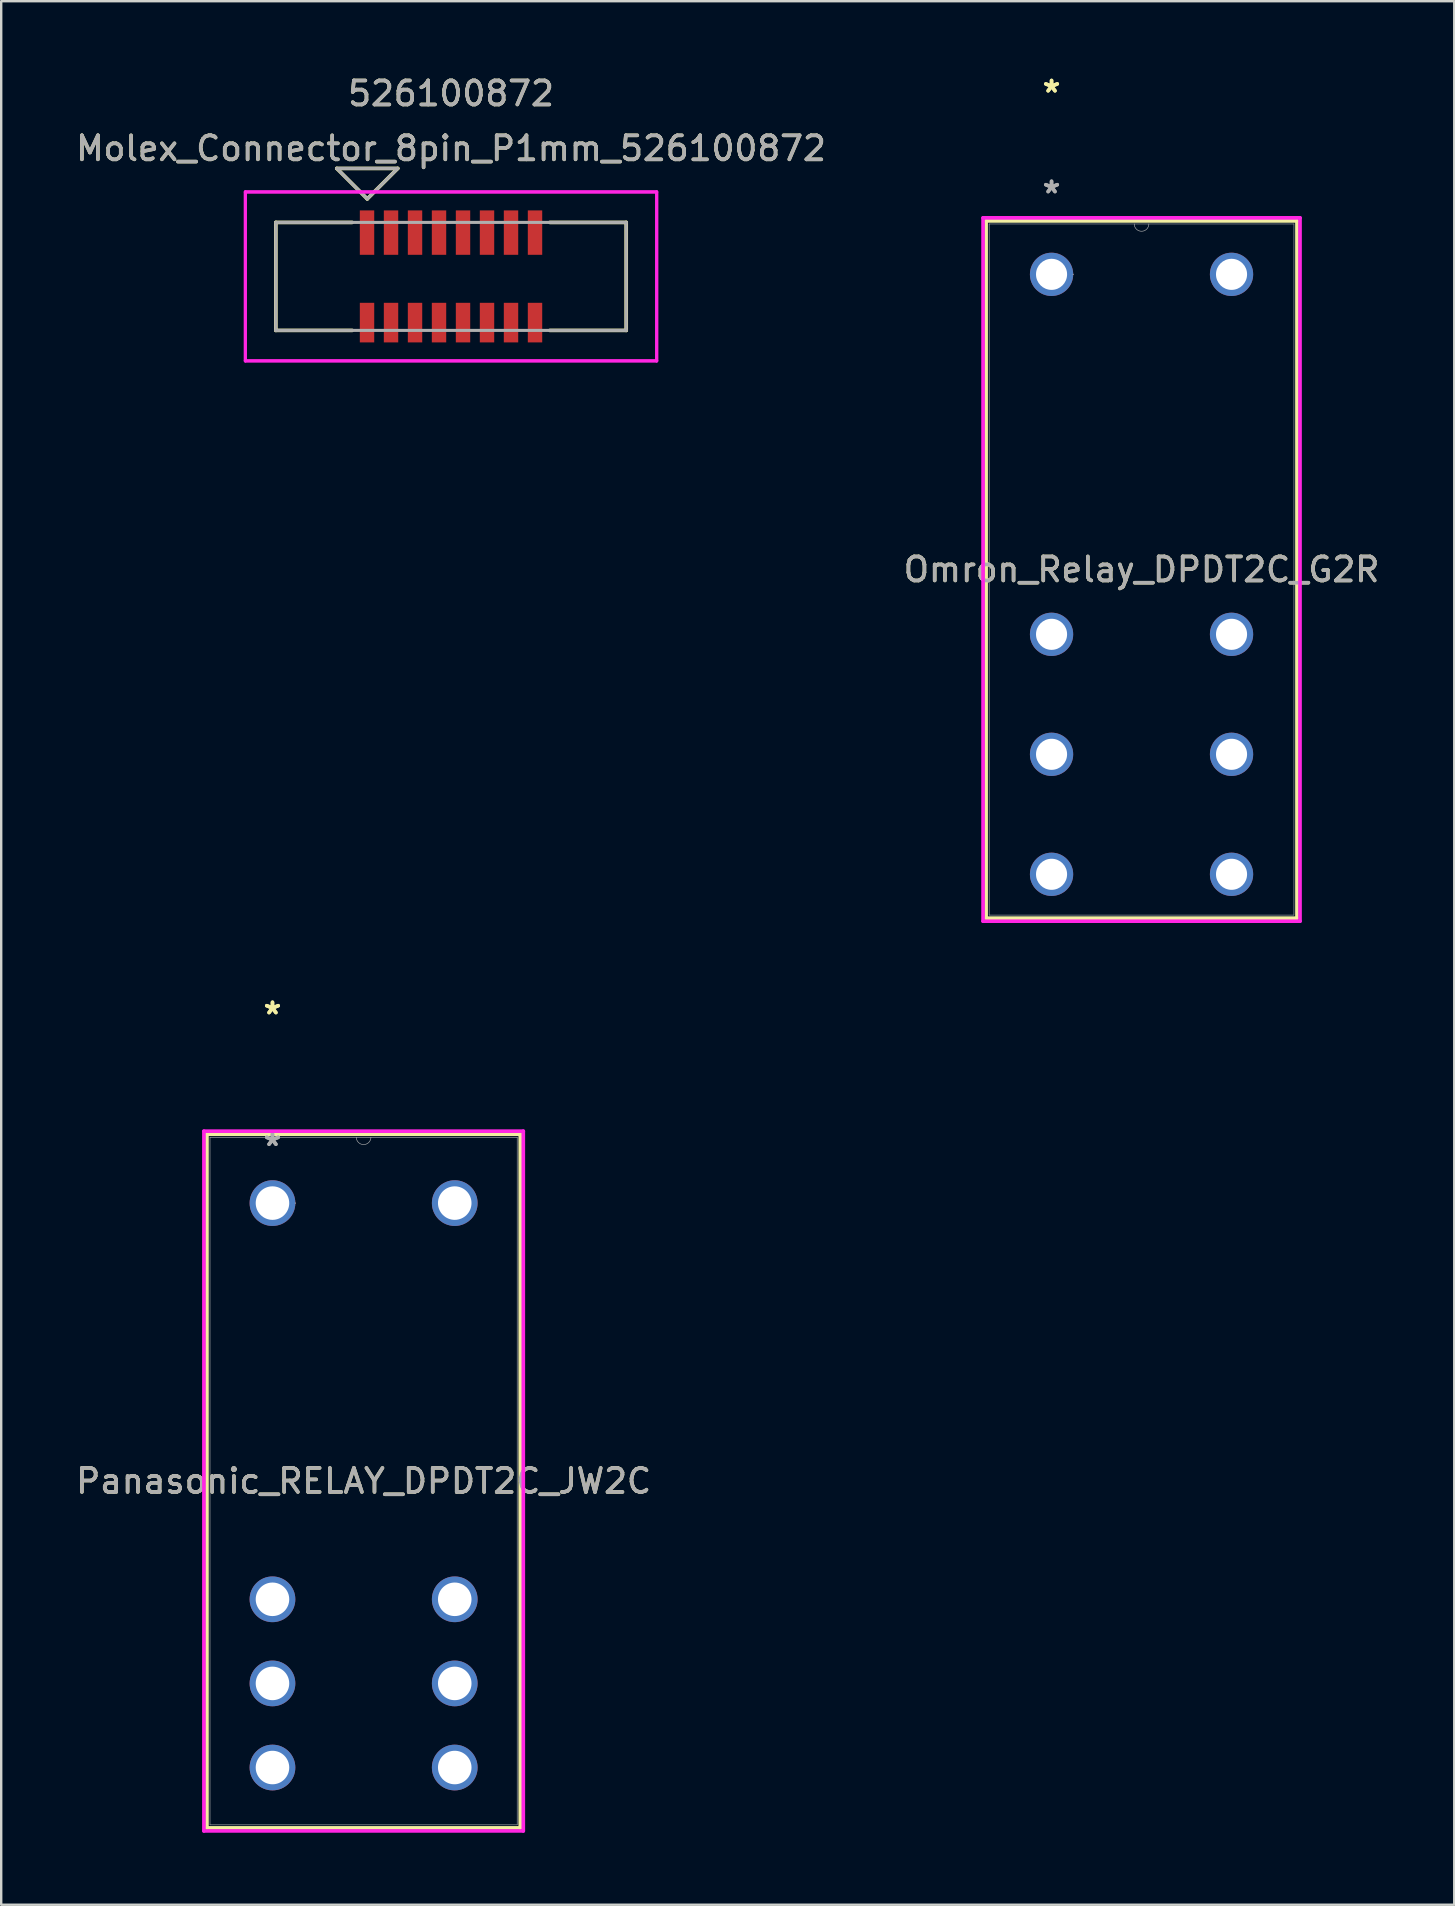
<source format=kicad_pcb>
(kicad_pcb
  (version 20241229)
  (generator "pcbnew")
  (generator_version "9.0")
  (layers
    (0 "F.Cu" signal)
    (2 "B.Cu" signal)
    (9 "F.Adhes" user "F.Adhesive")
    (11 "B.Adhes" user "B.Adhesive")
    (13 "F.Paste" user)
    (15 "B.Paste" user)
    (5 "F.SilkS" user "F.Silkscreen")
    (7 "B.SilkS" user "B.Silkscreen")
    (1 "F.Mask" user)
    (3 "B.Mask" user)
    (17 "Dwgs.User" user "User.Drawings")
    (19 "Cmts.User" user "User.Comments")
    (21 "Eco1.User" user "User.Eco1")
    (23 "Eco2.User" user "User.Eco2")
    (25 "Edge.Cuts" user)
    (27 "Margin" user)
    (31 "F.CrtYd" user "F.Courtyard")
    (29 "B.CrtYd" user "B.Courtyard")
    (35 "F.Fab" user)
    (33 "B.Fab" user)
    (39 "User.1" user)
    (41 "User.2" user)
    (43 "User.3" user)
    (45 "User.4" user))
  (footprint "Omron_Relay_DPDT2C_G2R"
    (layer "F.Cu")
    (at 48.268 32.982)
    (property "Reference" "Omron_Relay_DPDT2C_G2R" (at -3.75 -12.3 0) (unlocked yes) (layer "F.SilkS") (effects (font (size 1 1) (thickness 0.15))))
    (attr through_hole)
    (fp_line (start -10.227 -26.827) (end -10.227 2.227) (stroke (width 0.152) (type solid)) (layer "F.SilkS"))
    (fp_line (start -10.227 2.227) (end 2.727 2.227) (stroke (width 0.152) (type solid)) (layer "F.SilkS"))
    (fp_line (start 2.727 -26.827) (end -10.227 -26.827) (stroke (width 0.152) (type solid)) (layer "F.SilkS"))
    (fp_line (start 2.727 2.227) (end 2.727 -26.827) (stroke (width 0.152) (type solid)) (layer "F.SilkS"))
    (fp_line (start -10.354 -26.954) (end 2.854 -26.954) (stroke (width 0.152) (type solid)) (layer "F.CrtYd"))
    (fp_line (start -10.354 2.354) (end -10.354 -26.954) (stroke (width 0.152) (type solid)) (layer "F.CrtYd"))
    (fp_line (start 2.854 -26.954) (end 2.854 2.354) (stroke (width 0.152) (type solid)) (layer "F.CrtYd"))
    (fp_line (start 2.854 2.354) (end -10.354 2.354) (stroke (width 0.152) (type solid)) (layer "F.CrtYd"))
    (fp_line (start -10.1 -26.7) (end -10.1 2.1) (stroke (width 0.025) (type solid)) (layer "F.Fab"))
    (fp_line (start -10.1 2.1) (end 2.6 2.1) (stroke (width 0.025) (type solid)) (layer "F.Fab"))
    (fp_line (start 2.6 -26.7) (end -10.1 -26.7) (stroke (width 0.025) (type solid)) (layer "F.Fab"))
    (fp_line (start 2.6 2.1) (end 2.6 -26.7) (stroke (width 0.025) (type solid)) (layer "F.Fab"))
    (fp_arc (start -3.4452 -26.699994) (mid -3.75 -26.395194) (end -4.0548 -26.699994) (stroke (width 0.0254) (type solid)) (layer "F.Fab"))
    (fp_circle (center -6.598 -24.6) (end -6.598 -24.6) (stroke (width 0.025) (type solid)) (fill no) (layer "F.Fab"))
    (fp_text user "*" (at -7.5 -32.133 0) (layer "F.SilkS") (effects (font (size 1 1) (thickness 0.15))))
    (fp_text user "*" (at -7.5 -32.133 0) (unlocked yes) (layer "F.SilkS") (effects (font (size 1 1) (thickness 0.15))))
    (fp_text user "${REFERENCE}" (at -3.75 -12.3 0) (unlocked yes) (layer "F.Fab") (effects (font (size 1 1) (thickness 0.15))))
    (fp_text user "*" (at -7.5 -27.933 0) (unlocked yes) (layer "F.Fab") (effects (font (size 1 1) (thickness 0.15))))
    (fp_text user "*" (at -7.5 -27.933 0) (layer "F.Fab") (effects (font (size 1 1) (thickness 0.15))))
    (pad "1" thru_hole circle (at -7.5 -24.6) (size 1.803 1.803) (drill 1.295) (layers "*.Cu" "*.Mask"))
    (pad "2" thru_hole circle (at -7.5 -9.6) (size 1.803 1.803) (drill 1.295) (layers "*.Cu" "*.Mask"))
    (pad "3" thru_hole circle (at -7.5 -4.6) (size 1.803 1.803) (drill 1.295) (layers "*.Cu" "*.Mask"))
    (pad "4" thru_hole circle (at -7.5 0.4) (size 1.803 1.803) (drill 1.295) (layers "*.Cu" "*.Mask"))
    (pad "5" thru_hole circle (at 0 0.4) (size 1.803 1.803) (drill 1.295) (layers "*.Cu" "*.Mask"))
    (pad "6" thru_hole circle (at 0 -4.6) (size 1.803 1.803) (drill 1.295) (layers "*.Cu" "*.Mask"))
    (pad "7" thru_hole circle (at 0 -9.6) (size 1.803 1.803) (drill 1.295) (layers "*.Cu" "*.Mask"))
    (pad "8" thru_hole circle (at 0 -24.6) (size 1.803 1.803) (drill 1.295) (layers "*.Cu" "*.Mask")))
  (footprint "Panasonic_RELAY_DPDT2C_JW2C"
    (layer "F.Cu")
    (at 8.304 47.083)
    (property "Reference" "Panasonic_RELAY_DPDT2C_JW2C" (at 3.797 11.582 0) (unlocked yes) (layer "F.SilkS") (effects (font (size 1 1) (thickness 0.15))))
    (attr through_hole)
    (fp_line (start -2.731 -2.87) (end -2.731 26.035) (stroke (width 0.152) (type solid)) (layer "F.SilkS"))
    (fp_line (start -2.731 26.035) (end 10.325 26.035) (stroke (width 0.152) (type solid)) (layer "F.SilkS"))
    (fp_line (start 10.325 -2.87) (end -2.731 -2.87) (stroke (width 0.152) (type solid)) (layer "F.SilkS"))
    (fp_line (start 10.325 26.035) (end 10.325 -2.87) (stroke (width 0.152) (type solid)) (layer "F.SilkS"))
    (fp_line (start -2.857 -2.997) (end 10.452 -2.997) (stroke (width 0.152) (type solid)) (layer "F.CrtYd"))
    (fp_line (start -2.857 26.162) (end -2.857 -2.997) (stroke (width 0.152) (type solid)) (layer "F.CrtYd"))
    (fp_line (start 10.452 -2.997) (end 10.452 26.162) (stroke (width 0.152) (type solid)) (layer "F.CrtYd"))
    (fp_line (start 10.452 26.162) (end -2.857 26.162) (stroke (width 0.152) (type solid)) (layer "F.CrtYd"))
    (fp_line (start -2.603 -2.743) (end -2.603 25.908) (stroke (width 0.025) (type solid)) (layer "F.Fab"))
    (fp_line (start -2.603 25.908) (end 10.198 25.908) (stroke (width 0.025) (type solid)) (layer "F.Fab"))
    (fp_line (start 10.198 -2.743) (end -2.603 -2.743) (stroke (width 0.025) (type solid)) (layer "F.Fab"))
    (fp_line (start 10.198 25.908) (end 10.198 -2.743) (stroke (width 0.025) (type solid)) (layer "F.Fab"))
    (fp_arc (start 4.1021 -2.7432) (mid 3.7973 -2.4384) (end 3.4925 -2.7432) (stroke (width 0.0254) (type solid)) (layer "F.Fab"))
    (fp_circle (center 0.953 0) (end 0.953 0) (stroke (width 0.025) (type solid)) (fill no) (layer "F.Fab"))
    (fp_text user "*" (at 0 -7.823 0) (layer "F.SilkS") (effects (font (size 1 1) (thickness 0.15))))
    (fp_text user "*" (at 0 -7.823 0) (unlocked yes) (layer "F.SilkS") (effects (font (size 1 1) (thickness 0.15))))
    (fp_text user "*" (at 0 -2.337 0) (layer "F.Fab") (effects (font (size 1 1) (thickness 0.15))))
    (fp_text user "*" (at 0 -2.337 0) (unlocked yes) (layer "F.Fab") (effects (font (size 1 1) (thickness 0.15))))
    (fp_text user "${REFERENCE}" (at 3.797 11.582 0) (unlocked yes) (layer "F.Fab") (effects (font (size 1 1) (thickness 0.15))))
    (pad "1" thru_hole circle (at 0 23.52) (size 1.905 1.905) (drill 1.397) (layers "*.Cu" "*.Mask"))
    (pad "2" thru_hole circle (at 0 20.015) (size 1.905 1.905) (drill 1.397) (layers "*.Cu" "*.Mask"))
    (pad "3" thru_hole circle (at 0 16.51) (size 1.905 1.905) (drill 1.397) (layers "*.Cu" "*.Mask"))
    (pad "4" thru_hole circle (at 0 0) (size 1.905 1.905) (drill 1.397) (layers "*.Cu" "*.Mask"))
    (pad "5" thru_hole circle (at 7.595 0) (size 1.905 1.905) (drill 1.397) (layers "*.Cu" "*.Mask"))
    (pad "6" thru_hole circle (at 7.595 16.51) (size 1.905 1.905) (drill 1.397) (layers "*.Cu" "*.Mask"))
    (pad "7" thru_hole circle (at 7.595 20.015) (size 1.905 1.905) (drill 1.397) (layers "*.Cu" "*.Mask"))
    (pad "8" thru_hole circle (at 7.595 23.52) (size 1.905 1.905) (drill 1.397) (layers "*.Cu" "*.Mask")))
  (footprint "Molex_Connector_8pin_P1mm_526100872"
    (layer "F.Cu")
    (at 15.744 8.468)
    (property "Reference" "Molex_Connector_8pin_P1mm_526100872" (at 0 -5.334 0) (unlocked yes) (layer "F.SilkS") (effects (font (size 1 1) (thickness 0.15))))
    (attr smd)
    (fp_line (start -7.3 -2.25) (end -4.12 -2.25) (stroke (width 0.152) (type solid)) (layer "F.SilkS"))
    (fp_line (start -7.3 2.25) (end -7.3 -2.25) (stroke (width 0.152) (type solid)) (layer "F.SilkS"))
    (fp_line (start -7.3 2.25) (end -4.12 2.25) (stroke (width 0.152) (type solid)) (layer "F.SilkS"))
    (fp_line (start -3.49 -3.23) (end -4.76 -4.5) (stroke (width 0.152) (type solid)) (layer "F.SilkS"))
    (fp_line (start -3.49 -3.23) (end -2.22 -4.5) (stroke (width 0.152) (type solid)) (layer "F.SilkS"))
    (fp_line (start -2.22 -4.5) (end -4.76 -4.5) (stroke (width 0.152) (type solid)) (layer "F.SilkS"))
    (fp_line (start 4.12 -2.25) (end 7.3 -2.25) (stroke (width 0.152) (type solid)) (layer "F.SilkS"))
    (fp_line (start 4.12 2.25) (end 7.3 2.25) (stroke (width 0.152) (type solid)) (layer "F.SilkS"))
    (fp_line (start 7.3 -2.25) (end 7.3 2.25) (stroke (width 0.152) (type solid)) (layer "F.SilkS"))
    (fp_line (start -8.57 -3.52) (end -8.57 3.52) (stroke (width 0.127) (type solid)) (layer "F.CrtYd"))
    (fp_line (start -8.57 -3.52) (end -8.57 3.52) (stroke (width 0.127) (type solid)) (layer "F.CrtYd"))
    (fp_line (start -8.57 3.52) (end 8.57 3.52) (stroke (width 0.127) (type solid)) (layer "F.CrtYd"))
    (fp_line (start -8.57 3.52) (end 8.57 3.52) (stroke (width 0.127) (type solid)) (layer "F.CrtYd"))
    (fp_line (start 8.57 -3.52) (end -8.57 -3.52) (stroke (width 0.127) (type solid)) (layer "F.CrtYd"))
    (fp_line (start 8.57 -3.52) (end -8.57 -3.52) (stroke (width 0.127) (type solid)) (layer "F.CrtYd"))
    (fp_line (start 8.57 3.52) (end 8.57 -3.52) (stroke (width 0.127) (type solid)) (layer "F.CrtYd"))
    (fp_line (start 8.57 3.52) (end 8.57 -3.52) (stroke (width 0.127) (type solid)) (layer "F.CrtYd"))
    (fp_line (start -7.3 -2.25) (end -7.3 2.25) (stroke (width 0.127) (type solid)) (layer "F.Fab"))
    (fp_line (start -7.3 2.25) (end 7.3 2.25) (stroke (width 0.127) (type solid)) (layer "F.Fab"))
    (fp_line (start -3.49 -3.23) (end -4.76 -4.5) (stroke (width 0.127) (type solid)) (layer "F.Fab"))
    (fp_line (start -3.49 -3.23) (end -2.22 -4.5) (stroke (width 0.127) (type solid)) (layer "F.Fab"))
    (fp_line (start -2.22 -4.5) (end -4.76 -4.5) (stroke (width 0.127) (type solid)) (layer "F.Fab"))
    (fp_line (start 7.3 -2.25) (end -7.3 -2.25) (stroke (width 0.127) (type solid)) (layer "F.Fab"))
    (fp_line (start 7.3 2.25) (end 7.3 -2.25) (stroke (width 0.127) (type solid)) (layer "F.Fab"))
    (fp_text user "526100872" (at 0 -7.62 0) (unlocked yes) (layer "F.SilkS") (effects (font (size 1 1) (thickness 0.15))))
    (fp_text user "526100872" (at 0 -7.62 0) (unlocked yes) (layer "F.Fab") (effects (font (size 1 1) (thickness 0.15))))
    (fp_text user "${REFERENCE}" (at 0 -5.334 0) (unlocked yes) (layer "F.Fab") (effects (font (size 1 1) (thickness 0.15))))
    (pad "1" smd rect (at -3.5 -1.825) (size 0.6 1.85) (layers "F.Cu" "F.Mask" "F.Paste"))
    (pad "1" smd rect (at -3.5 1.925) (size 0.6 1.65) (layers "F.Cu" "F.Mask" "F.Paste"))
    (pad "2" smd rect (at -2.5 -1.825) (size 0.6 1.85) (layers "F.Cu" "F.Mask" "F.Paste"))
    (pad "2" smd rect (at -2.5 1.925) (size 0.6 1.65) (layers "F.Cu" "F.Mask" "F.Paste"))
    (pad "3" smd rect (at -1.5 -1.825) (size 0.6 1.85) (layers "F.Cu" "F.Mask" "F.Paste"))
    (pad "3" smd rect (at -1.5 1.925) (size 0.6 1.65) (layers "F.Cu" "F.Mask" "F.Paste"))
    (pad "4" smd rect (at -0.5 -1.825) (size 0.6 1.85) (layers "F.Cu" "F.Mask" "F.Paste"))
    (pad "4" smd rect (at -0.5 1.925) (size 0.6 1.65) (layers "F.Cu" "F.Mask" "F.Paste"))
    (pad "5" smd rect (at 0.5 -1.825) (size 0.6 1.85) (layers "F.Cu" "F.Mask" "F.Paste"))
    (pad "5" smd rect (at 0.5 1.925) (size 0.6 1.65) (layers "F.Cu" "F.Mask" "F.Paste"))
    (pad "6" smd rect (at 1.5 -1.825) (size 0.6 1.85) (layers "F.Cu" "F.Mask" "F.Paste"))
    (pad "6" smd rect (at 1.5 1.925) (size 0.6 1.65) (layers "F.Cu" "F.Mask" "F.Paste"))
    (pad "7" smd rect (at 2.5 -1.825) (size 0.6 1.85) (layers "F.Cu" "F.Mask" "F.Paste"))
    (pad "7" smd rect (at 2.5 1.925) (size 0.6 1.65) (layers "F.Cu" "F.Mask" "F.Paste"))
    (pad "8" smd rect (at 3.5 -1.825) (size 0.6 1.85) (layers "F.Cu" "F.Mask" "F.Paste"))
    (pad "8" smd rect (at 3.5 1.925) (size 0.6 1.65) (layers "F.Cu" "F.Mask" "F.Paste")))
  (gr_rect
    (start -3 -3)
    (end 57.548 76.321)
    (stroke (width 0.1) (type default))
    (fill no)
    (layer "Edge.Cuts")))
</source>
